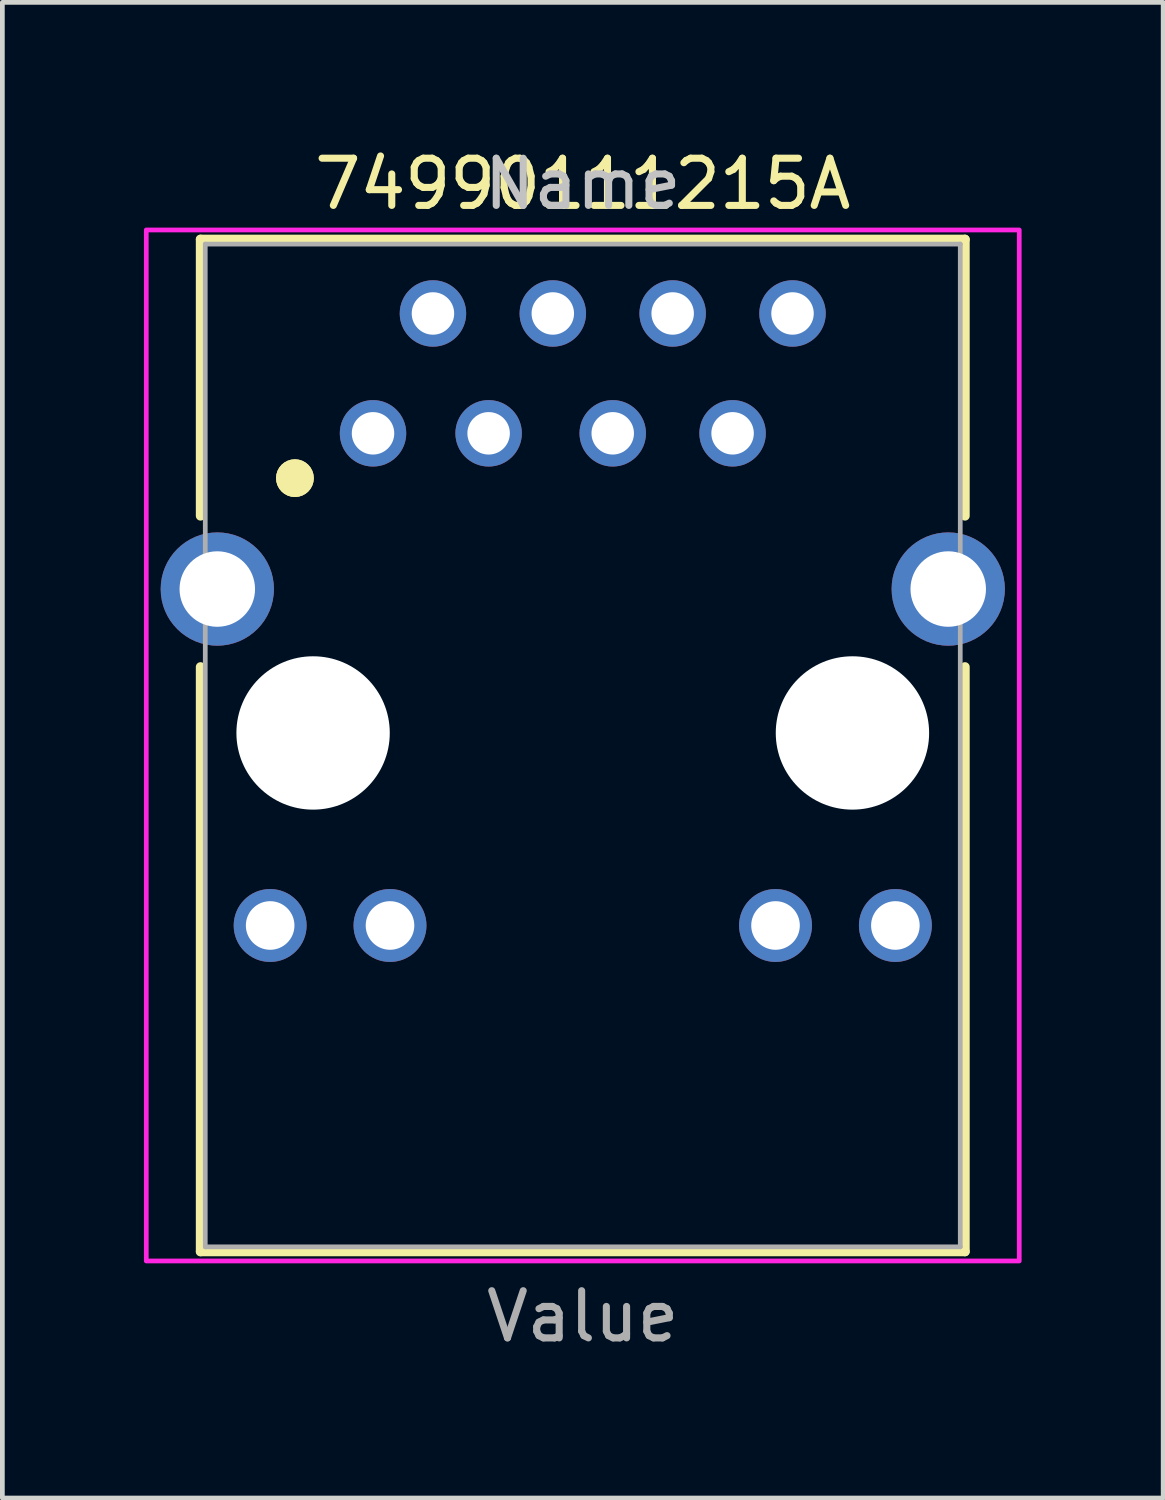
<source format=kicad_pcb>
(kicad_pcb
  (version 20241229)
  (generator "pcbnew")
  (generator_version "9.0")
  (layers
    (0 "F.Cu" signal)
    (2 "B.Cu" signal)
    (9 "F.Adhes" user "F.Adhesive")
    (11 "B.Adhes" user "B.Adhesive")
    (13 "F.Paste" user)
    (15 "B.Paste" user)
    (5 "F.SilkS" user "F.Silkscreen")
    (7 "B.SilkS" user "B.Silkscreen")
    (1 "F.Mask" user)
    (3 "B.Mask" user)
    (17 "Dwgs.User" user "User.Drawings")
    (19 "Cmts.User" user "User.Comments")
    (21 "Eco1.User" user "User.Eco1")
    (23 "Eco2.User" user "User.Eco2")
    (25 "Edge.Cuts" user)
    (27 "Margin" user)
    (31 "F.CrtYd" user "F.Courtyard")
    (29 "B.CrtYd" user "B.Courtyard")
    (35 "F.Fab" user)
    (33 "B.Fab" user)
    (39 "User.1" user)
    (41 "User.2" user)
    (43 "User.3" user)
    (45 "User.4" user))
  (footprint "74990111215A"
    (layer "F.Cu")
    (at 9.3 12.483)
    (property "Reference" "74990111215A" (at 0 -11.635 0) (layer "F.SilkS") (effects (font (size 1 1) (thickness 0.15))))
    (attr through_hole)
    (fp_line (start -8.1 -4.6) (end -8.1 -10.46) (stroke (width 0.2) (type solid)) (layer "F.SilkS"))
    (fp_line (start -8.1 -1.4) (end -8.1 10.99) (stroke (width 0.2) (type solid)) (layer "F.SilkS"))
    (fp_line (start -8.1 10.99) (end 8.1 10.99) (stroke (width 0.2) (type solid)) (layer "F.SilkS"))
    (fp_line (start 8.1 -10.46) (end -8.1 -10.46) (stroke (width 0.2) (type solid)) (layer "F.SilkS"))
    (fp_line (start 8.1 -4.6) (end 8.1 -10.46) (stroke (width 0.2) (type solid)) (layer "F.SilkS"))
    (fp_line (start 8.1 -1.4) (end 8.1 10.99) (stroke (width 0.2) (type solid)) (layer "F.SilkS"))
    (fp_circle (center -6.1 -5.4) (end -5.9 -5.4) (stroke (width 0.4) (type solid)) (fill no) (layer "F.SilkS"))
    (fp_circle (center -6.1 -5.4) (end -5.9 -5.4) (stroke (width 0.4) (type solid)) (fill no) (layer "F.SilkS"))
    (fp_poly (pts (xy -9.25 -10.66) (xy 9.25 -10.66) (xy 9.25 11.19) (xy -9.25 11.19)) (stroke (width 0.1) (type solid)) (fill no) (layer "F.CrtYd"))
    (fp_line (start -8 -10.36) (end -8 10.89) (stroke (width 0.1) (type solid)) (layer "F.Fab"))
    (fp_line (start -8 -10.36) (end 8 -10.36) (stroke (width 0.1) (type solid)) (layer "F.Fab"))
    (fp_line (start -8 10.89) (end 8 10.89) (stroke (width 0.1) (type solid)) (layer "F.Fab"))
    (fp_line (start 8 10.89) (end 8 -10.36) (stroke (width 0.1) (type solid)) (layer "F.Fab"))
    (fp_text user "Name" (at 0 -11.635 0) (layer "Dwgs.User") (effects (font (size 1 1) (thickness 0.15))))
    (fp_text user "Value" (at 0 12.365 0) (layer "F.Fab") (effects (font (size 1 1) (thickness 0.15))))
    (pad "" np_thru_hole circle (at -5.715 0) (size 3.25 3.25) (drill 3.25) (layers "*.Cu" "*.Mask"))
    (pad "" np_thru_hole circle (at 5.715 0) (size 3.25 3.25) (drill 3.25) (layers "*.Cu" "*.Mask"))
    (pad "1" thru_hole circle (at -4.445 -6.35) (size 1.408 1.408) (drill 0.9) (layers "*.Cu" "*.Mask"))
    (pad "2" thru_hole circle (at -3.175 -8.89) (size 1.408 1.408) (drill 0.9) (layers "*.Cu" "*.Mask"))
    (pad "3" thru_hole circle (at -1.995 -6.35) (size 1.408 1.408) (drill 0.9) (layers "*.Cu" "*.Mask"))
    (pad "4" thru_hole circle (at -0.635 -8.89) (size 1.408 1.408) (drill 0.9) (layers "*.Cu" "*.Mask"))
    (pad "5" thru_hole circle (at 0.635 -6.35) (size 1.408 1.408) (drill 0.9) (layers "*.Cu" "*.Mask"))
    (pad "6" thru_hole circle (at 1.905 -8.89) (size 1.408 1.408) (drill 0.9) (layers "*.Cu" "*.Mask"))
    (pad "7" thru_hole circle (at 3.175 -6.35) (size 1.408 1.408) (drill 0.9) (layers "*.Cu" "*.Mask"))
    (pad "8" thru_hole circle (at 4.445 -8.89) (size 1.408 1.408) (drill 0.9) (layers "*.Cu" "*.Mask"))
    (pad "9" thru_hole circle (at -6.625 4.08) (size 1.545 1.545) (drill 1.03) (layers "*.Cu" "*.Mask"))
    (pad "10" thru_hole circle (at -4.085 4.08) (size 1.545 1.545) (drill 1.03) (layers "*.Cu" "*.Mask"))
    (pad "11" thru_hole circle (at 4.085 4.08) (size 1.545 1.545) (drill 1.03) (layers "*.Cu" "*.Mask"))
    (pad "12" thru_hole circle (at 6.625 4.08) (size 1.545 1.545) (drill 1.03) (layers "*.Cu" "*.Mask"))
    (pad "S1" thru_hole circle (at -7.745 -3.05) (size 2.4 2.4) (drill 1.6) (layers "*.Cu" "*.Mask"))
    (pad "S2" thru_hole circle (at 7.745 -3.05) (size 2.4 2.4) (drill 1.6) (layers "*.Cu" "*.Mask")))
  (gr_rect
    (start -3 -3)
    (end 21.6 28.697)
    (stroke (width 0.1) (type default))
    (fill no)
    (layer "Edge.Cuts")))
</source>
